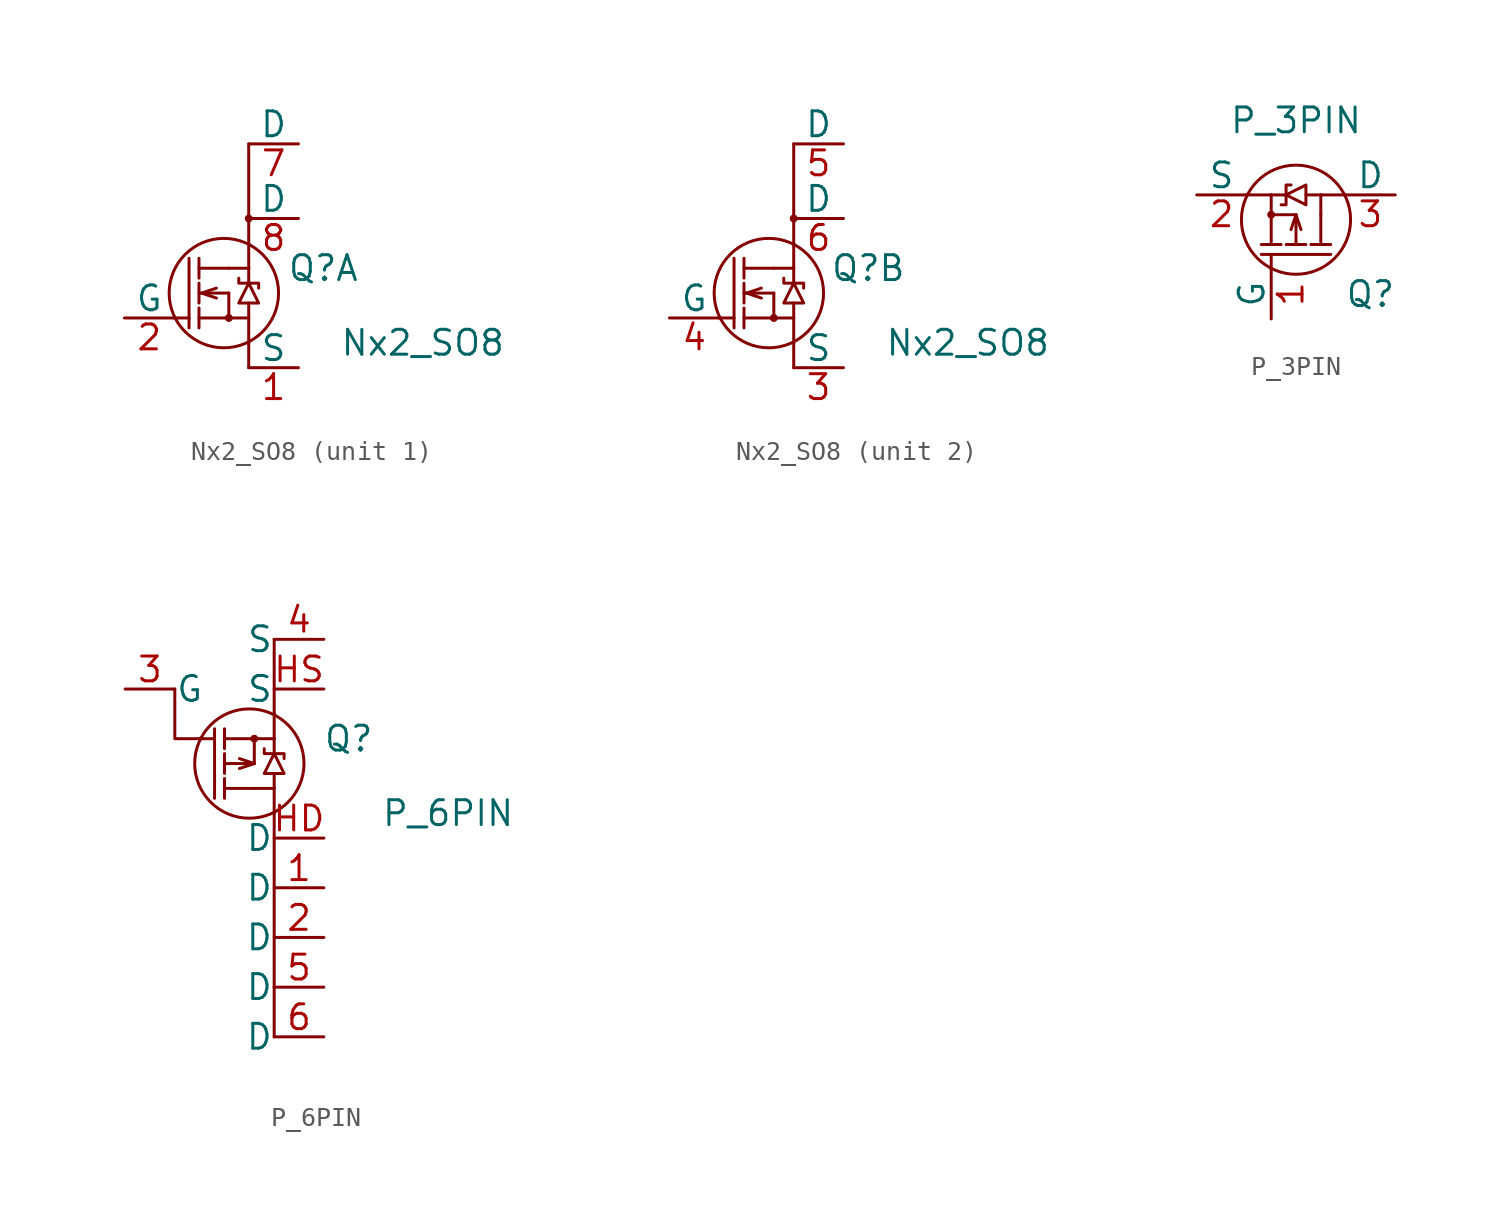
<source format=kicad_sym>
(kicad_symbol_lib
  (version 20211014)
  (generator kicad_symbol_editor)
  (symbol "Nx2_SO8"
    (pin_names
      (offset 0))
    (property "Reference" "Q"
      (at 5.08 1.27 0)
      (effects (font (size 1.27 1.27))))
    (property "Value" "Nx2_SO8"
      (at 10.16 -2.54 0)
      (effects (font (size 1.27 1.27))))
    (symbol "Nx2_SO8_0_1"
      (polyline (pts (xy -1.778 -1.778) (xy -1.778 1.778)) (stroke (width 0) (type default) (color 0 0 0 0)) (fill (type none)))
      (polyline (pts (xy 0.254 0) (xy 0.254 -1.27)) (stroke (width 0) (type default) (color 0 0 0 0)) (fill (type none)))
      (polyline (pts (xy 1.27 -2.54) (xy 1.27 -3.81)) (stroke (width 0) (type default) (color 0 0 0 0)) (fill (type none)))
      (polyline (pts (xy 1.27 1.27) (xy 0.254 1.27)) (stroke (width 0) (type default) (color 0 0 0 0)) (fill (type none)))
      (polyline (pts (xy 1.27 2.54) (xy 1.27 7.62)) (stroke (width 0) (type default) (color 0 0 0 0)) (fill (type none)))
      (polyline (pts (xy -2.54 -1.27) (xy -1.778 -1.27) (xy -1.778 -1.27)) (stroke (width 0) (type default) (color 0 0 0 0)) (fill (type none)))
      (polyline (pts (xy -1.27 -1.778) (xy -1.27 -0.762) (xy -1.27 -0.762)) (stroke (width 0) (type default) (color 0 0 0 0)) (fill (type none)))
      (polyline (pts (xy -1.27 -1.27) (xy 0.254 -1.27) (xy 0.254 -1.27)) (stroke (width 0) (type default) (color 0 0 0 0)) (fill (type none)))
      (polyline (pts (xy -1.27 -0.508) (xy -1.27 0.508) (xy -1.27 0.508)) (stroke (width 0) (type default) (color 0 0 0 0)) (fill (type none)))
      (polyline (pts (xy -1.27 0) (xy 0.254 0) (xy 0.254 0)) (stroke (width 0) (type default) (color 0 0 0 0)) (fill (type none)))
      (polyline (pts (xy -1.27 0.762) (xy -1.27 1.778) (xy -1.27 1.778)) (stroke (width 0) (type default) (color 0 0 0 0)) (fill (type none)))
      (polyline (pts (xy -1.27 1.27) (xy 0.254 1.27) (xy 0.254 1.27)) (stroke (width 0) (type default) (color 0 0 0 0)) (fill (type none)))
      (polyline (pts (xy 0.254 -1.27) (xy 1.27 -1.27) (xy 1.27 -1.27)) (stroke (width 0) (type default) (color 0 0 0 0)) (fill (type none)))
      (polyline (pts (xy 1.27 -2.54) (xy 1.27 -1.27) (xy 1.27 -1.27)) (stroke (width 0) (type default) (color 0 0 0 0)) (fill (type none)))
      (polyline (pts (xy 1.27 -0.508) (xy 1.27 -1.27) (xy 1.27 -1.27)) (stroke (width 0) (type default) (color 0 0 0 0)) (fill (type none)))
      (polyline (pts (xy 1.27 1.27) (xy 1.27 0.508) (xy 1.27 0.508)) (stroke (width 0) (type default) (color 0 0 0 0)) (fill (type none)))
      (polyline (pts (xy 1.27 1.27) (xy 1.27 2.54) (xy 1.27 2.54)) (stroke (width 0) (type default) (color 0 0 0 0)) (fill (type none)))
      (polyline (pts (xy -0.381 -0.254) (xy -1.143 0) (xy -0.381 0.254) (xy -0.381 0.254)) (stroke (width 0) (type default) (color 0 0 0 0)) (fill (type none)))
      (polyline (pts (xy 0.762 -0.508) (xy 1.778 -0.508) (xy 1.27 0.508) (xy 0.762 -0.508) (xy 0.762 -0.508)) (stroke (width 0) (type default) (color 0 0 0 0)) (fill (type none)))
      (polyline (pts (xy 0.762 0.762) (xy 0.762 0.508) (xy 1.778 0.508) (xy 1.778 0.254) (xy 1.778 0.254)) (stroke (width 0) (type default) (color 0 0 0 0)) (fill (type none)))
      (circle (center 0 0) (radius 2.794) (stroke (width 0) (type default) (color 0 0 0 0)) (fill (type none)))
      (circle (center 0.254 -1.27) (radius 0.127) (stroke (width 0) (type default) (color 0 0 0 0)) (fill (type none)))
      (circle (center 1.27 3.81) (radius 0.127) (stroke (width 0) (type default) (color 0 0 0 0)) (fill (type none))))
    (symbol "Nx2_SO8_1_1"
      (pin passive line (at 3.81 -3.81 180) (length 2.54) (name "S" (effects (font (size 1.27 1.27)))) (number "1" (effects (font (size 1.27 1.27)))))
      (pin passive line (at -5.08 -1.27 0) (length 2.54) (name "G" (effects (font (size 1.27 1.27)))) (number "2" (effects (font (size 1.27 1.27)))))
      (pin passive line (at 3.81 7.62 180) (length 2.54) (name "D" (effects (font (size 1.27 1.27)))) (number "7" (effects (font (size 1.27 1.27)))))
      (pin passive line (at 3.81 3.81 180) (length 2.54) (name "D" (effects (font (size 1.27 1.27)))) (number "8" (effects (font (size 1.27 1.27))))))
    (symbol "Nx2_SO8_2_1"
      (pin passive line (at 3.81 -3.81 180) (length 2.54) (name "S" (effects (font (size 1.27 1.27)))) (number "3" (effects (font (size 1.27 1.27)))))
      (pin passive line (at -5.08 -1.27 0) (length 2.54) (name "G" (effects (font (size 1.27 1.27)))) (number "4" (effects (font (size 1.27 1.27)))))
      (pin passive line (at 3.81 7.62 180) (length 2.54) (name "D" (effects (font (size 1.27 1.27)))) (number "5" (effects (font (size 1.27 1.27)))))
      (pin passive line (at 3.81 3.81 180) (length 2.54) (name "D" (effects (font (size 1.27 1.27)))) (number "6" (effects (font (size 1.27 1.27)))))))
  (symbol "P_3PIN"
    (pin_names
      (offset 0))
    (property "Reference" "Q"
      (at 3.81 -3.81 0)
      (effects (font (size 1.27 1.27))))
    (property "Value" "P_3PIN"
      (at 0 5.08 0)
      (effects (font (size 1.27 1.27))))
    (symbol "P_3PIN_0_1"
      (circle (center -1.27 0.254) (radius 0.127) (stroke (width 0) (type default) (color 0 0 0 0)) (fill (type none)))
      (polyline (pts (xy -1.778 -1.778) (xy 1.778 -1.778)) (stroke (width 0) (type default) (color 0 0 0 0)) (fill (type none)))
      (polyline (pts (xy 0 0.254) (xy -1.27 0.254)) (stroke (width 0) (type default) (color 0 0 0 0)) (fill (type none)))
      (polyline (pts (xy 1.27 1.27) (xy 1.27 0.254)) (stroke (width 0) (type default) (color 0 0 0 0)) (fill (type none)))
      (polyline (pts (xy -2.54 1.27) (xy -1.27 1.27) (xy -1.27 1.27)) (stroke (width 0) (type default) (color 0 0 0 0)) (fill (type none)))
      (polyline (pts (xy -1.778 -1.27) (xy -0.762 -1.27) (xy -0.762 -1.27)) (stroke (width 0) (type default) (color 0 0 0 0)) (fill (type none)))
      (polyline (pts (xy -1.27 -2.54) (xy -1.27 -1.778) (xy -1.27 -1.778)) (stroke (width 0) (type default) (color 0 0 0 0)) (fill (type none)))
      (polyline (pts (xy -1.27 -1.27) (xy -1.27 0.254) (xy -1.27 0.254)) (stroke (width 0) (type default) (color 0 0 0 0)) (fill (type none)))
      (polyline (pts (xy -1.27 0.254) (xy -1.27 1.27) (xy -1.27 1.27)) (stroke (width 0) (type default) (color 0 0 0 0)) (fill (type none)))
      (polyline (pts (xy -1.27 1.27) (xy -0.508 1.27) (xy -0.508 1.27)) (stroke (width 0) (type default) (color 0 0 0 0)) (fill (type none)))
      (polyline (pts (xy -0.508 -1.27) (xy 0.508 -1.27) (xy 0.508 -1.27)) (stroke (width 0) (type default) (color 0 0 0 0)) (fill (type none)))
      (polyline (pts (xy 0 -1.27) (xy 0 0.254) (xy 0 0.254)) (stroke (width 0) (type default) (color 0 0 0 0)) (fill (type none)))
      (polyline (pts (xy 0.508 1.27) (xy 1.27 1.27) (xy 1.27 1.27)) (stroke (width 0) (type default) (color 0 0 0 0)) (fill (type none)))
      (polyline (pts (xy 0.762 -1.27) (xy 1.778 -1.27) (xy 1.778 -1.27)) (stroke (width 0) (type default) (color 0 0 0 0)) (fill (type none)))
      (polyline (pts (xy 1.27 -1.27) (xy 1.27 0.254) (xy 1.27 0.254)) (stroke (width 0) (type default) (color 0 0 0 0)) (fill (type none)))
      (polyline (pts (xy 1.27 1.27) (xy 2.54 1.27) (xy 2.54 1.27)) (stroke (width 0) (type default) (color 0 0 0 0)) (fill (type none)))
      (polyline (pts (xy -0.254 -0.508) (xy 0 0.254) (xy 0.254 -0.508) (xy 0.254 -0.508)) (stroke (width 0) (type default) (color 0 0 0 0)) (fill (type none)))
      (polyline (pts (xy -0.762 0.762) (xy -0.508 0.762) (xy -0.508 1.778) (xy -0.254 1.778) (xy -0.254 1.778)) (stroke (width 0) (type default) (color 0 0 0 0)) (fill (type none)))
      (polyline (pts (xy 0.508 0.762) (xy 0.508 1.778) (xy -0.508 1.27) (xy 0.508 0.762) (xy 0.508 0.762)) (stroke (width 0) (type default) (color 0 0 0 0)) (fill (type none)))
      (circle (center 0 0) (radius 2.794) (stroke (width 0) (type default) (color 0 0 0 0)) (fill (type none))))
    (symbol "P_3PIN_1_1"
      (pin passive line (at -1.27 -5.08 90) (length 2.54) (name "G" (effects (font (size 1.27 1.27)))) (number "1" (effects (font (size 1.27 1.27)))))
      (pin passive line (at -5.08 1.27 0) (length 2.54) (name "S" (effects (font (size 1.27 1.27)))) (number "2" (effects (font (size 1.27 1.27)))))
      (pin passive line (at 5.08 1.27 180) (length 2.54) (name "D" (effects (font (size 1.27 1.27)))) (number "3" (effects (font (size 1.27 1.27)))))))
  (symbol "P_6PIN"
    (pin_names
      (offset 0.025))
    (property "Reference" "Q"
      (at 5.08 1.27 0)
      (effects (font (size 1.27 1.27))))
    (property "Value" "P_6PIN"
      (at 10.16 -2.54 0)
      (effects (font (size 1.27 1.27))))
    (symbol "P_6PIN_0_1"
      (polyline (pts (xy -1.778 1.778) (xy -1.778 -1.778)) (stroke (width 0) (type default) (color 0 0 0 0)) (fill (type none)))
      (polyline (pts (xy 0.254 0) (xy 0.254 1.27)) (stroke (width 0) (type default) (color 0 0 0 0)) (fill (type none)))
      (polyline (pts (xy 1.27 -11.43) (xy 1.27 -13.97)) (stroke (width 0) (type default) (color 0 0 0 0)) (fill (type none)))
      (polyline (pts (xy 1.27 -2.54) (xy 1.27 -11.43)) (stroke (width 0) (type default) (color 0 0 0 0)) (fill (type none)))
      (polyline (pts (xy 1.27 -1.27) (xy 0.254 -1.27)) (stroke (width 0) (type default) (color 0 0 0 0)) (fill (type none)))
      (polyline (pts (xy 1.27 2.54) (xy 1.27 6.35)) (stroke (width 0) (type default) (color 0 0 0 0)) (fill (type none)))
      (polyline (pts (xy -3.81 3.81) (xy -3.81 1.27) (xy -2.54 1.27)) (stroke (width 0) (type default) (color 0 0 0 0)) (fill (type none)))
      (polyline (pts (xy -2.54 1.27) (xy -1.778 1.27) (xy -1.778 1.27)) (stroke (width 0) (type default) (color 0 0 0 0)) (fill (type none)))
      (polyline (pts (xy -1.27 -1.27) (xy 0.254 -1.27) (xy 0.254 -1.27)) (stroke (width 0) (type default) (color 0 0 0 0)) (fill (type none)))
      (polyline (pts (xy -1.27 -0.762) (xy -1.27 -1.778) (xy -1.27 -1.778)) (stroke (width 0) (type default) (color 0 0 0 0)) (fill (type none)))
      (polyline (pts (xy -1.27 0) (xy 0.254 0) (xy 0.254 0)) (stroke (width 0) (type default) (color 0 0 0 0)) (fill (type none)))
      (polyline (pts (xy -1.27 0.508) (xy -1.27 -0.508) (xy -1.27 -0.508)) (stroke (width 0) (type default) (color 0 0 0 0)) (fill (type none)))
      (polyline (pts (xy -1.27 1.27) (xy 0.254 1.27) (xy 0.254 1.27)) (stroke (width 0) (type default) (color 0 0 0 0)) (fill (type none)))
      (polyline (pts (xy -1.27 1.778) (xy -1.27 0.762) (xy -1.27 0.762)) (stroke (width 0) (type default) (color 0 0 0 0)) (fill (type none)))
      (polyline (pts (xy 0.254 1.27) (xy 1.27 1.27) (xy 1.27 1.27)) (stroke (width 0) (type default) (color 0 0 0 0)) (fill (type none)))
      (polyline (pts (xy 1.27 -1.27) (xy 1.27 -2.54) (xy 1.27 -2.54)) (stroke (width 0) (type default) (color 0 0 0 0)) (fill (type none)))
      (polyline (pts (xy 1.27 -0.508) (xy 1.27 -1.27) (xy 1.27 -1.27)) (stroke (width 0) (type default) (color 0 0 0 0)) (fill (type none)))
      (polyline (pts (xy 1.27 1.27) (xy 1.27 0.508) (xy 1.27 0.508)) (stroke (width 0) (type default) (color 0 0 0 0)) (fill (type none)))
      (polyline (pts (xy 1.27 2.54) (xy 1.27 1.27) (xy 1.27 1.27)) (stroke (width 0) (type default) (color 0 0 0 0)) (fill (type none)))
      (polyline (pts (xy -0.508 0.254) (xy 0.254 0) (xy -0.508 -0.254) (xy -0.508 -0.254)) (stroke (width 0) (type default) (color 0 0 0 0)) (fill (type none)))
      (polyline (pts (xy 0.762 -0.508) (xy 1.778 -0.508) (xy 1.27 0.508) (xy 0.762 -0.508) (xy 0.762 -0.508)) (stroke (width 0) (type default) (color 0 0 0 0)) (fill (type none)))
      (polyline (pts (xy 0.762 0.762) (xy 0.762 0.508) (xy 1.778 0.508) (xy 1.778 0.254) (xy 1.778 0.254)) (stroke (width 0) (type default) (color 0 0 0 0)) (fill (type none)))
      (circle (center 0 0) (radius 2.794) (stroke (width 0) (type default) (color 0 0 0 0)) (fill (type none)))
      (circle (center 0.254 1.27) (radius 0.127) (stroke (width 0) (type default) (color 0 0 0 0)) (fill (type none))))
    (symbol "P_6PIN_1_1"
      (pin passive line (at 3.81 -6.35 180) (length 2.54) (name "D" (effects (font (size 1.27 1.27)))) (number "1" (effects (font (size 1.27 1.27)))))
      (pin passive line (at 3.81 -8.89 180) (length 2.54) (name "D" (effects (font (size 1.27 1.27)))) (number "2" (effects (font (size 1.27 1.27)))))
      (pin passive line (at -6.35 3.81 0) (length 2.54) (name "G" (effects (font (size 1.27 1.27)))) (number "3" (effects (font (size 1.27 1.27)))))
      (pin passive line (at 3.81 6.35 180) (length 2.54) (name "S" (effects (font (size 1.27 1.27)))) (number "4" (effects (font (size 1.27 1.27)))))
      (pin passive line (at 3.81 -11.43 180) (length 2.54) (name "D" (effects (font (size 1.27 1.27)))) (number "5" (effects (font (size 1.27 1.27)))))
      (pin passive line (at 3.81 -13.97 180) (length 2.54) (name "D" (effects (font (size 1.27 1.27)))) (number "6" (effects (font (size 1.27 1.27)))))
      (pin passive line (at 3.81 -3.81 180) (length 2.54) (name "D" (effects (font (size 1.27 1.27)))) (number "HD" (effects (font (size 1.27 1.27)))))
      (pin passive line (at 3.81 3.81 180) (length 2.54) (name "S" (effects (font (size 1.27 1.27)))) (number "HS" (effects (font (size 1.27 1.27))))))))
</source>
